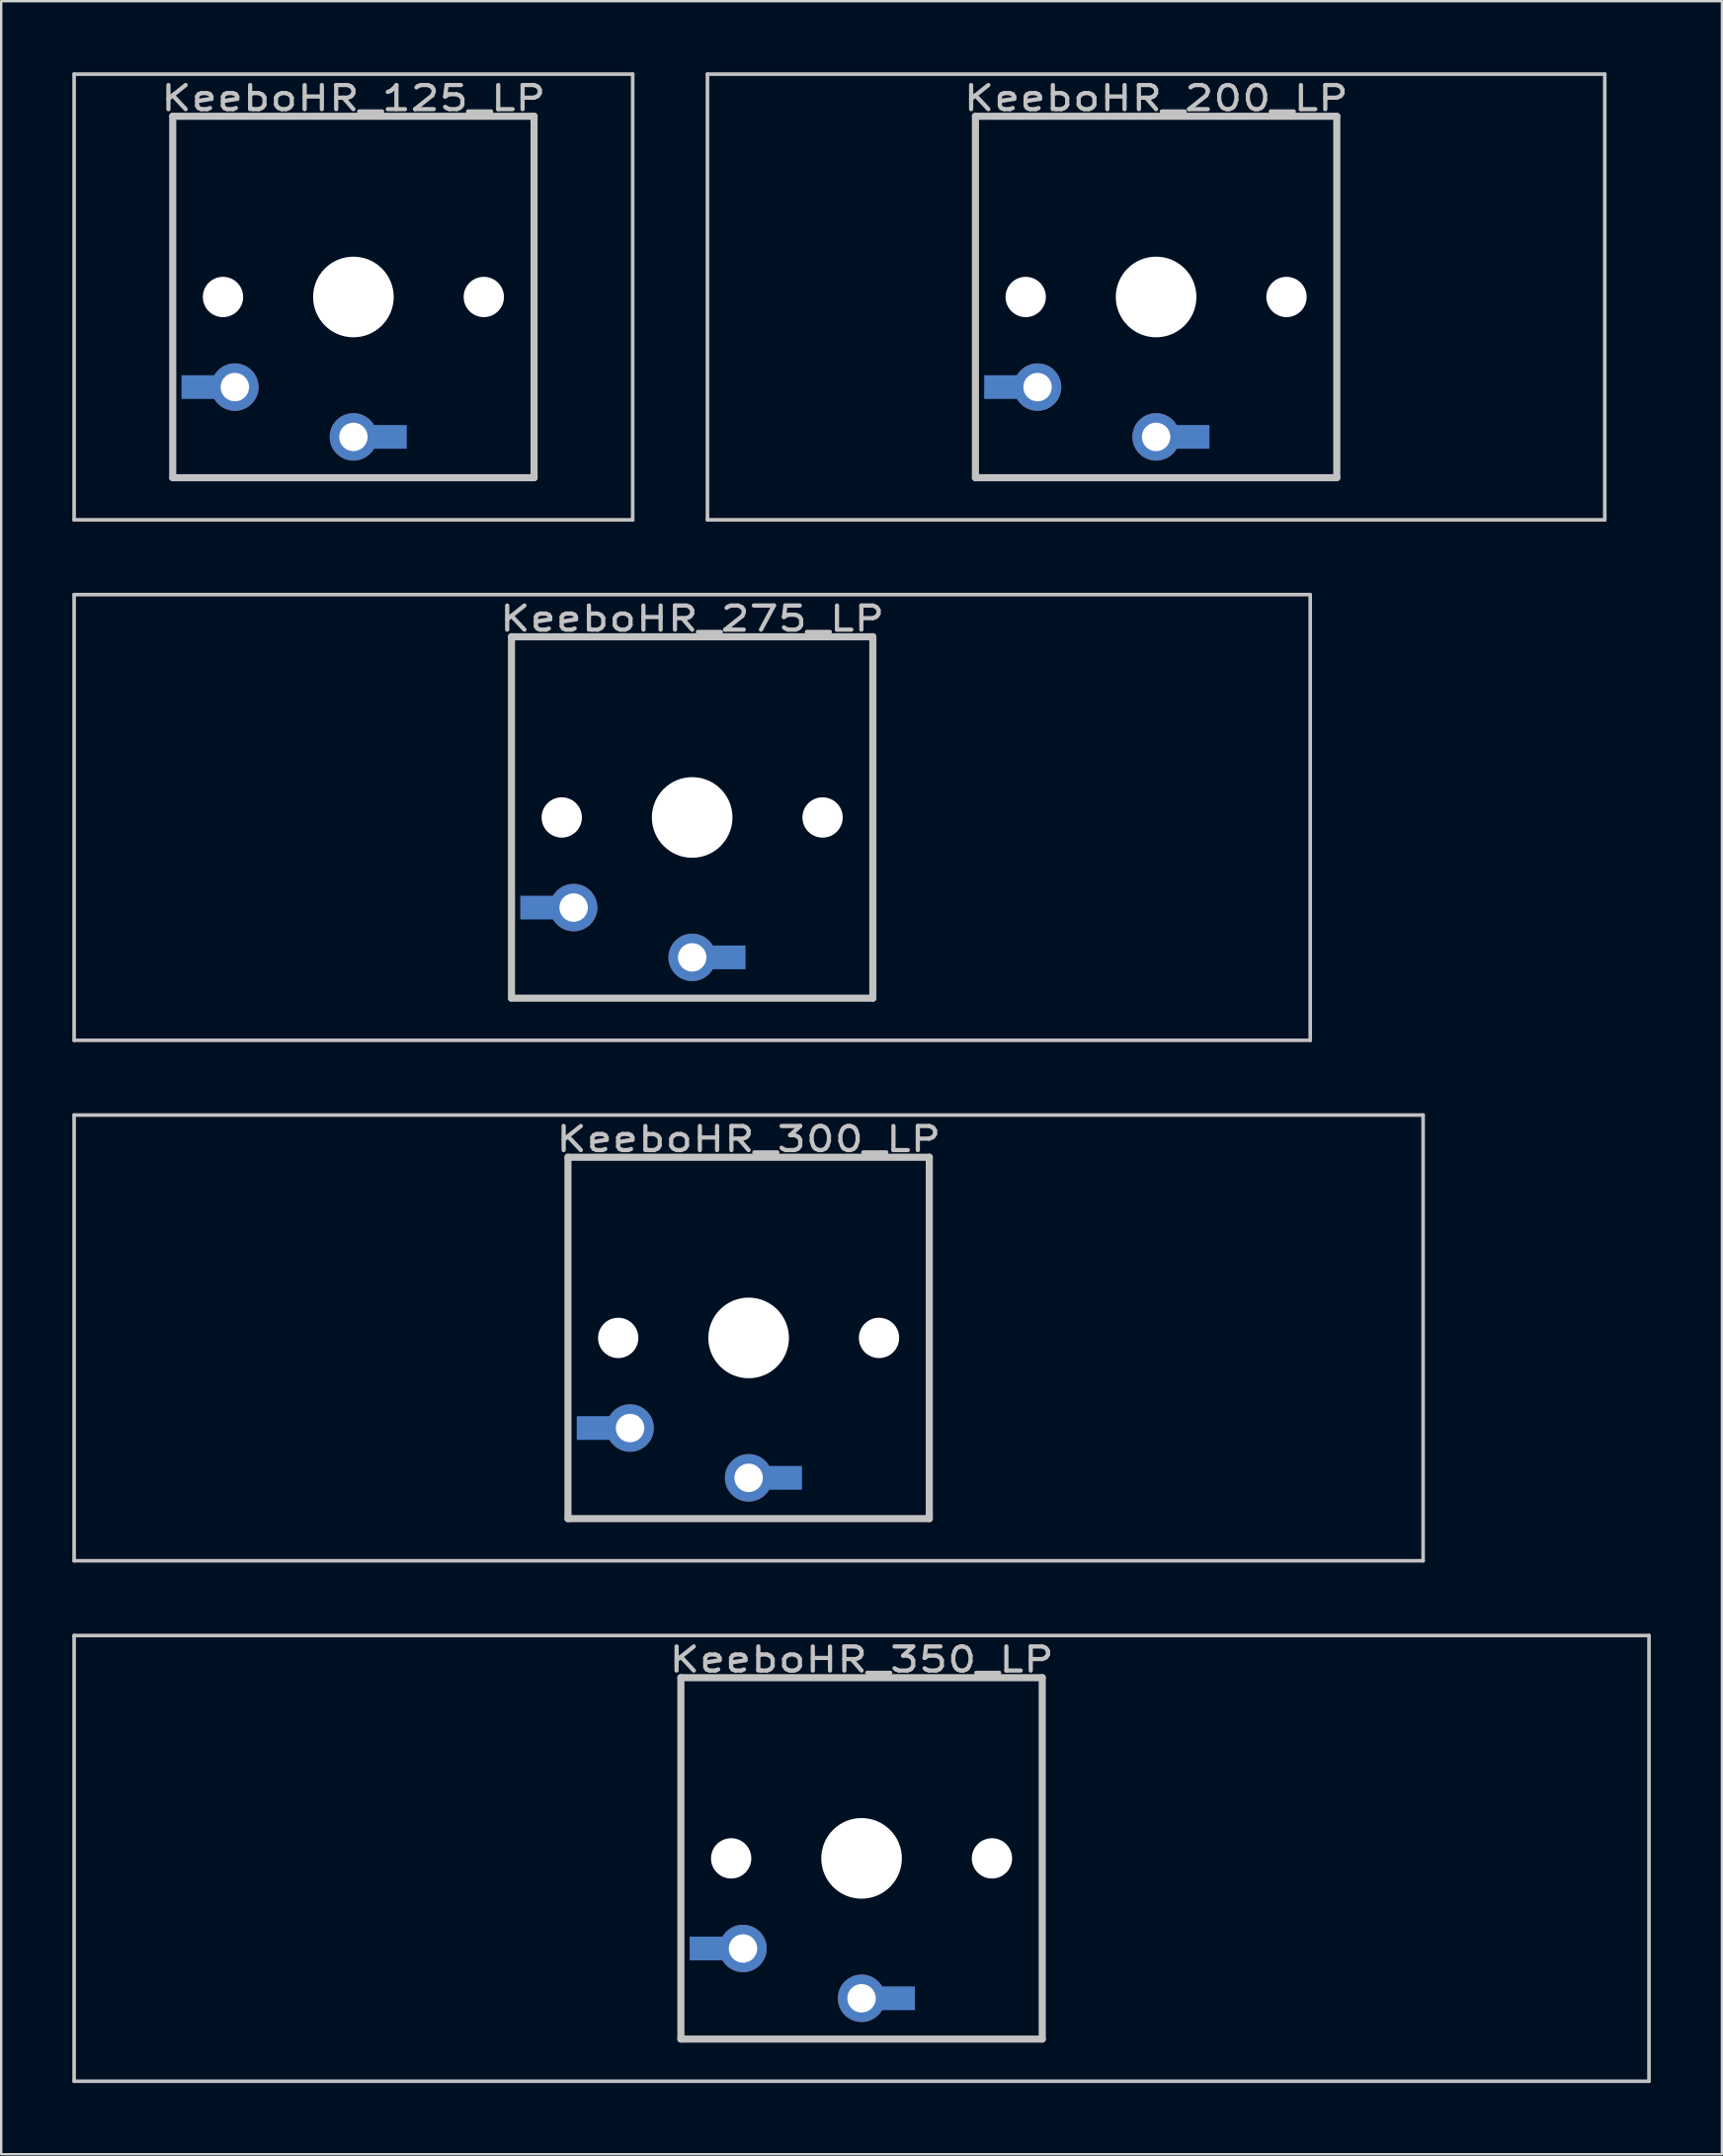
<source format=kicad_pcb>
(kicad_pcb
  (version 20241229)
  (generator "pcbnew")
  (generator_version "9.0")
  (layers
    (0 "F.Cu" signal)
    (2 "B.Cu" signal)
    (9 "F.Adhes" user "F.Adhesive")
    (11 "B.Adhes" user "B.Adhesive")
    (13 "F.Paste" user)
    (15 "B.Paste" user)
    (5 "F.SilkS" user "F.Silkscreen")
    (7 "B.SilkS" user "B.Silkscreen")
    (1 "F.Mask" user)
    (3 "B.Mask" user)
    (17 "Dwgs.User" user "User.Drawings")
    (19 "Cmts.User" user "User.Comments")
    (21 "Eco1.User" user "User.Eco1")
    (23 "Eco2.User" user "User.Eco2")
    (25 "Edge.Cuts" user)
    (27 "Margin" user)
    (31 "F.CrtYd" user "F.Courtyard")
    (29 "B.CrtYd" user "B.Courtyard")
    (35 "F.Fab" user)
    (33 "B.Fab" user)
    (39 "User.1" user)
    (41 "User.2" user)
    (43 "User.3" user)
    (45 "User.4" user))
  (footprint "KeeboHR_275_LP"
    (layer "B.Cu")
    (at 26.143 31.423)
    (property "Reference" "KeeboHR_275_LP" (at 0 -8.382 0) (layer "Dwgs.User") (effects (font (size 1.016 1.27) (thickness 0.178))))
    (attr through_hole)
    (fp_line (start -26.067 -9.398) (end 26.067 -9.398) (stroke (width 0.152) (type solid)) (layer "Dwgs.User"))
    (fp_line (start -26.067 9.398) (end -26.067 -9.398) (stroke (width 0.152) (type solid)) (layer "Dwgs.User"))
    (fp_line (start -7.62 -7.62) (end 7.62 -7.62) (stroke (width 0.3) (type solid)) (layer "Dwgs.User"))
    (fp_line (start -7.62 7.62) (end -7.62 -7.62) (stroke (width 0.3) (type solid)) (layer "Dwgs.User"))
    (fp_line (start 7.62 -7.62) (end 7.62 7.62) (stroke (width 0.3) (type solid)) (layer "Dwgs.User"))
    (fp_line (start 7.62 7.62) (end -7.62 7.62) (stroke (width 0.3) (type solid)) (layer "Dwgs.User"))
    (fp_line (start 26.067 -9.398) (end 26.067 9.398) (stroke (width 0.152) (type solid)) (layer "Dwgs.User"))
    (fp_line (start 26.067 9.398) (end -26.067 9.398) (stroke (width 0.152) (type solid)) (layer "Dwgs.User"))
    (pad "" np_thru_hole circle (at -5.5 0) (size 1.7 1.7) (drill 1.7) (layers "*.Cu" "*.Mask"))
    (pad "" np_thru_hole circle (at 0 0) (size 3.4 3.4) (drill 3.4) (layers "*.Cu" "*.Mask"))
    (pad "" np_thru_hole circle (at 5.5 0) (size 1.7 1.7) (drill 1.7) (layers "*.Cu" "*.Mask"))
    (pad "1" thru_hole circle (at 0 5.9) (size 2 2) (drill 1.2) (layers "*.Cu" "*.Mask"))
    (pad "1" smd rect (at 1.25 5.9) (size 2 1) (layers "B.Cu" "B.Mask"))
    (pad "2" smd rect (at -6.25 3.8) (size 2 1) (layers "B.Cu" "B.Mask"))
    (pad "2" thru_hole circle (at -5 3.8) (size 2 2) (drill 1.2) (layers "*.Cu" "*.Mask")))
  (footprint "KeeboHR_350_LP"
    (layer "B.Cu")
    (at 33.287 75.319)
    (property "Reference" "KeeboHR_350_LP" (at 0 -8.382 0) (layer "Dwgs.User") (effects (font (size 1.016 1.27) (thickness 0.178))))
    (attr through_hole)
    (fp_line (start -33.211 -9.398) (end 33.211 -9.398) (stroke (width 0.152) (type solid)) (layer "Dwgs.User"))
    (fp_line (start -33.211 9.398) (end -33.211 -9.398) (stroke (width 0.152) (type solid)) (layer "Dwgs.User"))
    (fp_line (start -7.62 -7.62) (end 7.62 -7.62) (stroke (width 0.3) (type solid)) (layer "Dwgs.User"))
    (fp_line (start -7.62 7.62) (end -7.62 -7.62) (stroke (width 0.3) (type solid)) (layer "Dwgs.User"))
    (fp_line (start 7.62 -7.62) (end 7.62 7.62) (stroke (width 0.3) (type solid)) (layer "Dwgs.User"))
    (fp_line (start 7.62 7.62) (end -7.62 7.62) (stroke (width 0.3) (type solid)) (layer "Dwgs.User"))
    (fp_line (start 33.211 -9.398) (end 33.211 9.398) (stroke (width 0.152) (type solid)) (layer "Dwgs.User"))
    (fp_line (start 33.211 9.398) (end -33.211 9.398) (stroke (width 0.152) (type solid)) (layer "Dwgs.User"))
    (pad "" np_thru_hole circle (at -5.5 0) (size 1.7 1.7) (drill 1.7) (layers "*.Cu" "*.Mask"))
    (pad "" np_thru_hole circle (at 0 0) (size 3.4 3.4) (drill 3.4) (layers "*.Cu" "*.Mask"))
    (pad "" np_thru_hole circle (at 5.5 0) (size 1.7 1.7) (drill 1.7) (layers "*.Cu" "*.Mask"))
    (pad "1" thru_hole circle (at 0 5.9) (size 2 2) (drill 1.2) (layers "*.Cu" "*.Mask"))
    (pad "1" smd rect (at 1.25 5.9) (size 2 1) (layers "B.Cu" "B.Mask"))
    (pad "2" smd rect (at -6.25 3.8) (size 2 1) (layers "B.Cu" "B.Mask"))
    (pad "2" thru_hole circle (at -5 3.8) (size 2 2) (drill 1.2) (layers "*.Cu" "*.Mask")))
  (footprint "KeeboHR_125_LP"
    (layer "B.Cu")
    (at 11.855 9.474)
    (property "Reference" "KeeboHR_125_LP" (at 0 -8.382 0) (layer "Dwgs.User") (effects (font (size 1.016 1.27) (thickness 0.178))))
    (attr through_hole)
    (fp_line (start -11.779 -9.398) (end 11.779 -9.398) (stroke (width 0.152) (type solid)) (layer "Dwgs.User"))
    (fp_line (start -11.779 9.398) (end -11.779 -9.398) (stroke (width 0.152) (type solid)) (layer "Dwgs.User"))
    (fp_line (start -7.62 -7.62) (end 7.62 -7.62) (stroke (width 0.3) (type solid)) (layer "Dwgs.User"))
    (fp_line (start -7.62 7.62) (end -7.62 -7.62) (stroke (width 0.3) (type solid)) (layer "Dwgs.User"))
    (fp_line (start 7.62 -7.62) (end 7.62 7.62) (stroke (width 0.3) (type solid)) (layer "Dwgs.User"))
    (fp_line (start 7.62 7.62) (end -7.62 7.62) (stroke (width 0.3) (type solid)) (layer "Dwgs.User"))
    (fp_line (start 11.779 -9.398) (end 11.779 9.398) (stroke (width 0.152) (type solid)) (layer "Dwgs.User"))
    (fp_line (start 11.779 9.398) (end -11.779 9.398) (stroke (width 0.152) (type solid)) (layer "Dwgs.User"))
    (pad "" np_thru_hole circle (at -5.5 0) (size 1.7 1.7) (drill 1.7) (layers "*.Cu" "*.Mask"))
    (pad "" np_thru_hole circle (at 0 0) (size 3.4 3.4) (drill 3.4) (layers "*.Cu" "*.Mask"))
    (pad "" np_thru_hole circle (at 5.5 0) (size 1.7 1.7) (drill 1.7) (layers "*.Cu" "*.Mask"))
    (pad "1" thru_hole circle (at 0 5.9) (size 2 2) (drill 1.2) (layers "*.Cu" "*.Mask"))
    (pad "1" smd rect (at 1.25 5.9) (size 2 1) (layers "B.Cu" "B.Mask"))
    (pad "2" smd rect (at -6.25 3.8) (size 2 1) (layers "B.Cu" "B.Mask"))
    (pad "2" thru_hole circle (at -5 3.8) (size 2 2) (drill 1.2) (layers "*.Cu" "*.Mask")))
  (footprint "KeeboHR_300_LP"
    (layer "B.Cu")
    (at 28.524 53.371)
    (property "Reference" "KeeboHR_300_LP" (at 0 -8.382 0) (layer "Dwgs.User") (effects (font (size 1.016 1.27) (thickness 0.178))))
    (attr through_hole)
    (fp_line (start -28.448 -9.398) (end 28.448 -9.398) (stroke (width 0.152) (type solid)) (layer "Dwgs.User"))
    (fp_line (start -28.448 9.398) (end -28.448 -9.398) (stroke (width 0.152) (type solid)) (layer "Dwgs.User"))
    (fp_line (start -7.62 -7.62) (end 7.62 -7.62) (stroke (width 0.3) (type solid)) (layer "Dwgs.User"))
    (fp_line (start -7.62 7.62) (end -7.62 -7.62) (stroke (width 0.3) (type solid)) (layer "Dwgs.User"))
    (fp_line (start 7.62 -7.62) (end 7.62 7.62) (stroke (width 0.3) (type solid)) (layer "Dwgs.User"))
    (fp_line (start 7.62 7.62) (end -7.62 7.62) (stroke (width 0.3) (type solid)) (layer "Dwgs.User"))
    (fp_line (start 28.448 -9.398) (end 28.448 9.398) (stroke (width 0.152) (type solid)) (layer "Dwgs.User"))
    (fp_line (start 28.448 9.398) (end -28.448 9.398) (stroke (width 0.152) (type solid)) (layer "Dwgs.User"))
    (pad "" np_thru_hole circle (at -5.5 0) (size 1.7 1.7) (drill 1.7) (layers "*.Cu" "*.Mask"))
    (pad "" np_thru_hole circle (at 0 0) (size 3.4 3.4) (drill 3.4) (layers "*.Cu" "*.Mask"))
    (pad "" np_thru_hole circle (at 5.5 0) (size 1.7 1.7) (drill 1.7) (layers "*.Cu" "*.Mask"))
    (pad "1" thru_hole circle (at 0 5.9) (size 2 2) (drill 1.2) (layers "*.Cu" "*.Mask"))
    (pad "1" smd rect (at 1.25 5.9) (size 2 1) (layers "B.Cu" "B.Mask"))
    (pad "2" smd rect (at -6.25 3.8) (size 2 1) (layers "B.Cu" "B.Mask"))
    (pad "2" thru_hole circle (at -5 3.8) (size 2 2) (drill 1.2) (layers "*.Cu" "*.Mask")))
  (footprint "KeeboHR_200_LP"
    (layer "B.Cu")
    (at 45.71 9.474)
    (property "Reference" "KeeboHR_200_LP" (at 0 -8.382 0) (layer "Dwgs.User") (effects (font (size 1.016 1.27) (thickness 0.178))))
    (attr through_hole)
    (fp_line (start -18.923 -9.398) (end 18.923 -9.398) (stroke (width 0.152) (type solid)) (layer "Dwgs.User"))
    (fp_line (start -18.923 9.398) (end -18.923 -9.398) (stroke (width 0.152) (type solid)) (layer "Dwgs.User"))
    (fp_line (start -7.62 -7.62) (end 7.62 -7.62) (stroke (width 0.3) (type solid)) (layer "Dwgs.User"))
    (fp_line (start -7.62 7.62) (end -7.62 -7.62) (stroke (width 0.3) (type solid)) (layer "Dwgs.User"))
    (fp_line (start 7.62 -7.62) (end 7.62 7.62) (stroke (width 0.3) (type solid)) (layer "Dwgs.User"))
    (fp_line (start 7.62 7.62) (end -7.62 7.62) (stroke (width 0.3) (type solid)) (layer "Dwgs.User"))
    (fp_line (start 18.923 -9.398) (end 18.923 9.398) (stroke (width 0.152) (type solid)) (layer "Dwgs.User"))
    (fp_line (start 18.923 9.398) (end -18.923 9.398) (stroke (width 0.152) (type solid)) (layer "Dwgs.User"))
    (pad "" np_thru_hole circle (at -5.5 0) (size 1.7 1.7) (drill 1.7) (layers "*.Cu" "*.Mask"))
    (pad "" np_thru_hole circle (at 0 0) (size 3.4 3.4) (drill 3.4) (layers "*.Cu" "*.Mask"))
    (pad "" np_thru_hole circle (at 5.5 0) (size 1.7 1.7) (drill 1.7) (layers "*.Cu" "*.Mask"))
    (pad "1" thru_hole circle (at 0 5.9) (size 2 2) (drill 1.2) (layers "*.Cu" "*.Mask"))
    (pad "1" smd rect (at 1.25 5.9) (size 2 1) (layers "B.Cu" "B.Mask"))
    (pad "2" smd rect (at -6.25 3.8) (size 2 1) (layers "B.Cu" "B.Mask"))
    (pad "2" thru_hole circle (at -5 3.8) (size 2 2) (drill 1.2) (layers "*.Cu" "*.Mask")))
  (gr_rect
    (start -3 -3)
    (end 69.573 87.794)
    (stroke (width 0.1) (type default))
    (fill no)
    (layer "Edge.Cuts")))
</source>
